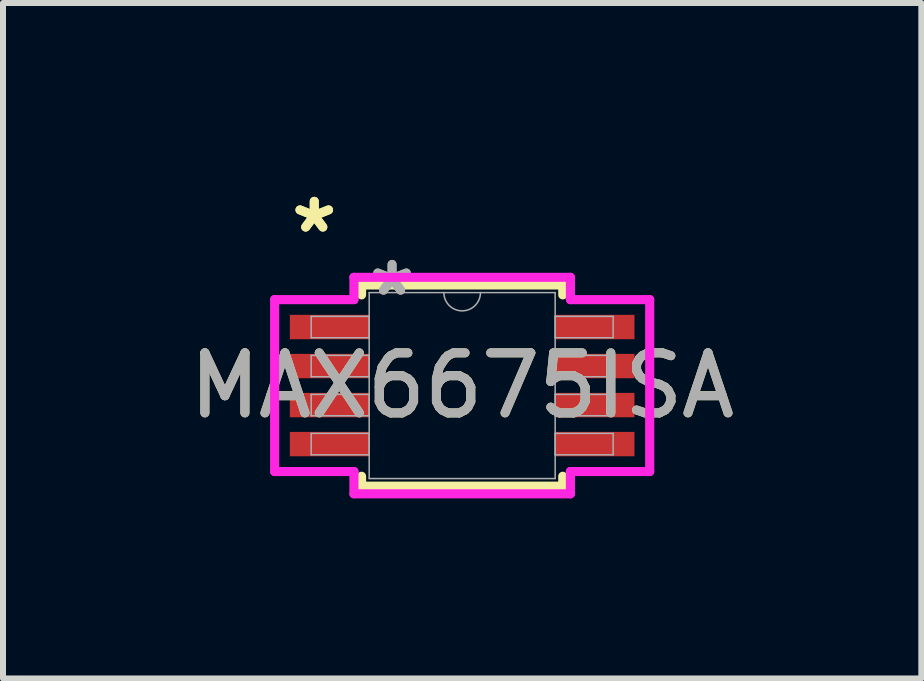
<source format=kicad_pcb>
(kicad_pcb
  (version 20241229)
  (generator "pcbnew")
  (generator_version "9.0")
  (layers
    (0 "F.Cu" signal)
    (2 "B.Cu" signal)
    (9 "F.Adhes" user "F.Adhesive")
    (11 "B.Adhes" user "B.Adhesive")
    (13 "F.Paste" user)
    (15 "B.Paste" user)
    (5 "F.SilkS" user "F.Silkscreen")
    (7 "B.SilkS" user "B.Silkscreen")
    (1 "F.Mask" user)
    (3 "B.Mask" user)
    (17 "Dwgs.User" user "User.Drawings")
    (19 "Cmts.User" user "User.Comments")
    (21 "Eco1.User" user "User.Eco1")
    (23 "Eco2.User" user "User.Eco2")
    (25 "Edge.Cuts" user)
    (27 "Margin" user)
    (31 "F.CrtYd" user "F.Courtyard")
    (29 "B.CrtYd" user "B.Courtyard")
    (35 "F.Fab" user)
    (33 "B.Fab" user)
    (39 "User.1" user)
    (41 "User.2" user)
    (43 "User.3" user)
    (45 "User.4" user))
  (footprint "MAX6675ISA"
    (layer "F.Cu")
    (at 4.649 3.373)
    (property "Reference" "MAX6675ISA" (at 0 0 0) (unlocked yes) (layer "F.SilkS") (effects (font (size 1 1) (thickness 0.15))))
    (attr smd)
    (fp_line (start -1.676 -1.676) (end -1.676 -1.511) (stroke (width 0.152) (type solid)) (layer "F.SilkS"))
    (fp_line (start -1.676 1.511) (end -1.676 1.676) (stroke (width 0.152) (type solid)) (layer "F.SilkS"))
    (fp_line (start -1.676 1.676) (end 1.676 1.676) (stroke (width 0.152) (type solid)) (layer "F.SilkS"))
    (fp_line (start 1.676 -1.676) (end -1.676 -1.676) (stroke (width 0.152) (type solid)) (layer "F.SilkS"))
    (fp_line (start 1.676 -1.511) (end 1.676 -1.676) (stroke (width 0.152) (type solid)) (layer "F.SilkS"))
    (fp_line (start 1.676 1.676) (end 1.676 1.511) (stroke (width 0.152) (type solid)) (layer "F.SilkS"))
    (fp_line (start -3.124 -1.432) (end -1.803 -1.432) (stroke (width 0.152) (type solid)) (layer "F.CrtYd"))
    (fp_line (start -3.124 1.432) (end -3.124 -1.432) (stroke (width 0.152) (type solid)) (layer "F.CrtYd"))
    (fp_line (start -3.124 1.432) (end -1.803 1.432) (stroke (width 0.152) (type solid)) (layer "F.CrtYd"))
    (fp_line (start -1.803 -1.803) (end 1.803 -1.803) (stroke (width 0.152) (type solid)) (layer "F.CrtYd"))
    (fp_line (start -1.803 -1.432) (end -1.803 -1.803) (stroke (width 0.152) (type solid)) (layer "F.CrtYd"))
    (fp_line (start -1.803 1.803) (end -1.803 1.432) (stroke (width 0.152) (type solid)) (layer "F.CrtYd"))
    (fp_line (start 1.803 -1.803) (end 1.803 -1.432) (stroke (width 0.152) (type solid)) (layer "F.CrtYd"))
    (fp_line (start 1.803 1.432) (end 1.803 1.803) (stroke (width 0.152) (type solid)) (layer "F.CrtYd"))
    (fp_line (start 1.803 1.803) (end -1.803 1.803) (stroke (width 0.152) (type solid)) (layer "F.CrtYd"))
    (fp_line (start 3.124 -1.432) (end 1.803 -1.432) (stroke (width 0.152) (type solid)) (layer "F.CrtYd"))
    (fp_line (start 3.124 -1.432) (end 3.124 1.432) (stroke (width 0.152) (type solid)) (layer "F.CrtYd"))
    (fp_line (start 3.124 1.432) (end 1.803 1.432) (stroke (width 0.152) (type solid)) (layer "F.CrtYd"))
    (fp_line (start -2.515 -1.153) (end -2.515 -0.797) (stroke (width 0.025) (type solid)) (layer "F.Fab"))
    (fp_line (start -2.515 -0.797) (end -1.549 -0.797) (stroke (width 0.025) (type solid)) (layer "F.Fab"))
    (fp_line (start -2.515 -0.503) (end -2.515 -0.147) (stroke (width 0.025) (type solid)) (layer "F.Fab"))
    (fp_line (start -2.515 -0.147) (end -1.549 -0.147) (stroke (width 0.025) (type solid)) (layer "F.Fab"))
    (fp_line (start -2.515 0.147) (end -2.515 0.503) (stroke (width 0.025) (type solid)) (layer "F.Fab"))
    (fp_line (start -2.515 0.503) (end -1.549 0.503) (stroke (width 0.025) (type solid)) (layer "F.Fab"))
    (fp_line (start -2.515 0.797) (end -2.515 1.153) (stroke (width 0.025) (type solid)) (layer "F.Fab"))
    (fp_line (start -2.515 1.153) (end -1.549 1.153) (stroke (width 0.025) (type solid)) (layer "F.Fab"))
    (fp_line (start -1.549 -1.549) (end -1.549 1.549) (stroke (width 0.025) (type solid)) (layer "F.Fab"))
    (fp_line (start -1.549 -1.153) (end -2.515 -1.153) (stroke (width 0.025) (type solid)) (layer "F.Fab"))
    (fp_line (start -1.549 -0.797) (end -1.549 -1.153) (stroke (width 0.025) (type solid)) (layer "F.Fab"))
    (fp_line (start -1.549 -0.503) (end -2.515 -0.503) (stroke (width 0.025) (type solid)) (layer "F.Fab"))
    (fp_line (start -1.549 -0.147) (end -1.549 -0.503) (stroke (width 0.025) (type solid)) (layer "F.Fab"))
    (fp_line (start -1.549 0.147) (end -2.515 0.147) (stroke (width 0.025) (type solid)) (layer "F.Fab"))
    (fp_line (start -1.549 0.503) (end -1.549 0.147) (stroke (width 0.025) (type solid)) (layer "F.Fab"))
    (fp_line (start -1.549 0.797) (end -2.515 0.797) (stroke (width 0.025) (type solid)) (layer "F.Fab"))
    (fp_line (start -1.549 1.153) (end -1.549 0.797) (stroke (width 0.025) (type solid)) (layer "F.Fab"))
    (fp_line (start -1.549 1.549) (end 1.549 1.549) (stroke (width 0.025) (type solid)) (layer "F.Fab"))
    (fp_line (start 1.549 -1.549) (end -1.549 -1.549) (stroke (width 0.025) (type solid)) (layer "F.Fab"))
    (fp_line (start 1.549 -1.153) (end 1.549 -0.797) (stroke (width 0.025) (type solid)) (layer "F.Fab"))
    (fp_line (start 1.549 -0.797) (end 2.515 -0.797) (stroke (width 0.025) (type solid)) (layer "F.Fab"))
    (fp_line (start 1.549 -0.503) (end 1.549 -0.147) (stroke (width 0.025) (type solid)) (layer "F.Fab"))
    (fp_line (start 1.549 -0.147) (end 2.515 -0.147) (stroke (width 0.025) (type solid)) (layer "F.Fab"))
    (fp_line (start 1.549 0.147) (end 1.549 0.503) (stroke (width 0.025) (type solid)) (layer "F.Fab"))
    (fp_line (start 1.549 0.503) (end 2.515 0.503) (stroke (width 0.025) (type solid)) (layer "F.Fab"))
    (fp_line (start 1.549 0.797) (end 1.549 1.153) (stroke (width 0.025) (type solid)) (layer "F.Fab"))
    (fp_line (start 1.549 1.153) (end 2.515 1.153) (stroke (width 0.025) (type solid)) (layer "F.Fab"))
    (fp_line (start 1.549 1.549) (end 1.549 -1.549) (stroke (width 0.025) (type solid)) (layer "F.Fab"))
    (fp_line (start 2.515 -1.153) (end 1.549 -1.153) (stroke (width 0.025) (type solid)) (layer "F.Fab"))
    (fp_line (start 2.515 -0.797) (end 2.515 -1.153) (stroke (width 0.025) (type solid)) (layer "F.Fab"))
    (fp_line (start 2.515 -0.503) (end 1.549 -0.503) (stroke (width 0.025) (type solid)) (layer "F.Fab"))
    (fp_line (start 2.515 -0.147) (end 2.515 -0.503) (stroke (width 0.025) (type solid)) (layer "F.Fab"))
    (fp_line (start 2.515 0.147) (end 1.549 0.147) (stroke (width 0.025) (type solid)) (layer "F.Fab"))
    (fp_line (start 2.515 0.503) (end 2.515 0.147) (stroke (width 0.025) (type solid)) (layer "F.Fab"))
    (fp_line (start 2.515 0.797) (end 1.549 0.797) (stroke (width 0.025) (type solid)) (layer "F.Fab"))
    (fp_line (start 2.515 1.153) (end 2.515 0.797) (stroke (width 0.025) (type solid)) (layer "F.Fab"))
    (fp_arc (start 0.3048 -1.5494) (mid 0 -1.2446) (end -0.3048 -1.5494) (stroke (width 0.0254) (type solid)) (layer "F.Fab"))
    (fp_text user "*" (at -2.464 -2.524 0) (layer "F.SilkS") (effects (font (size 1 1) (thickness 0.15))))
    (fp_text user "*" (at -2.464 -2.524 0) (unlocked yes) (layer "F.SilkS") (effects (font (size 1 1) (thickness 0.15))))
    (fp_text user "*" (at -1.168 -1.473 0) (unlocked yes) (layer "F.Fab") (effects (font (size 1 1) (thickness 0.15))))
    (fp_text user "${REFERENCE}" (at 0 0 0) (unlocked yes) (layer "F.Fab") (effects (font (size 1 1) (thickness 0.15))))
    (fp_text user "*" (at -1.168 -1.473 0) (layer "F.Fab") (effects (font (size 1 1) (thickness 0.15))))
    (pad "1" smd rect (at -2.21 -0.975) (size 1.321 0.406) (layers "F.Cu" "F.Mask" "F.Paste"))
    (pad "2" smd rect (at -2.21 -0.325) (size 1.321 0.406) (layers "F.Cu" "F.Mask" "F.Paste"))
    (pad "3" smd rect (at -2.21 0.325) (size 1.321 0.406) (layers "F.Cu" "F.Mask" "F.Paste"))
    (pad "4" smd rect (at -2.21 0.975) (size 1.321 0.406) (layers "F.Cu" "F.Mask" "F.Paste"))
    (pad "5" smd rect (at 2.21 0.975) (size 1.321 0.406) (layers "F.Cu" "F.Mask" "F.Paste"))
    (pad "6" smd rect (at 2.21 0.325) (size 1.321 0.406) (layers "F.Cu" "F.Mask" "F.Paste"))
    (pad "7" smd rect (at 2.21 -0.325) (size 1.321 0.406) (layers "F.Cu" "F.Mask" "F.Paste"))
    (pad "8" smd rect (at 2.21 -0.975) (size 1.321 0.406) (layers "F.Cu" "F.Mask" "F.Paste")))
  (gr_rect
    (start -3 -3)
    (end 12.298 8.252)
    (stroke (width 0.1) (type default))
    (fill no)
    (layer "Edge.Cuts")))
</source>
